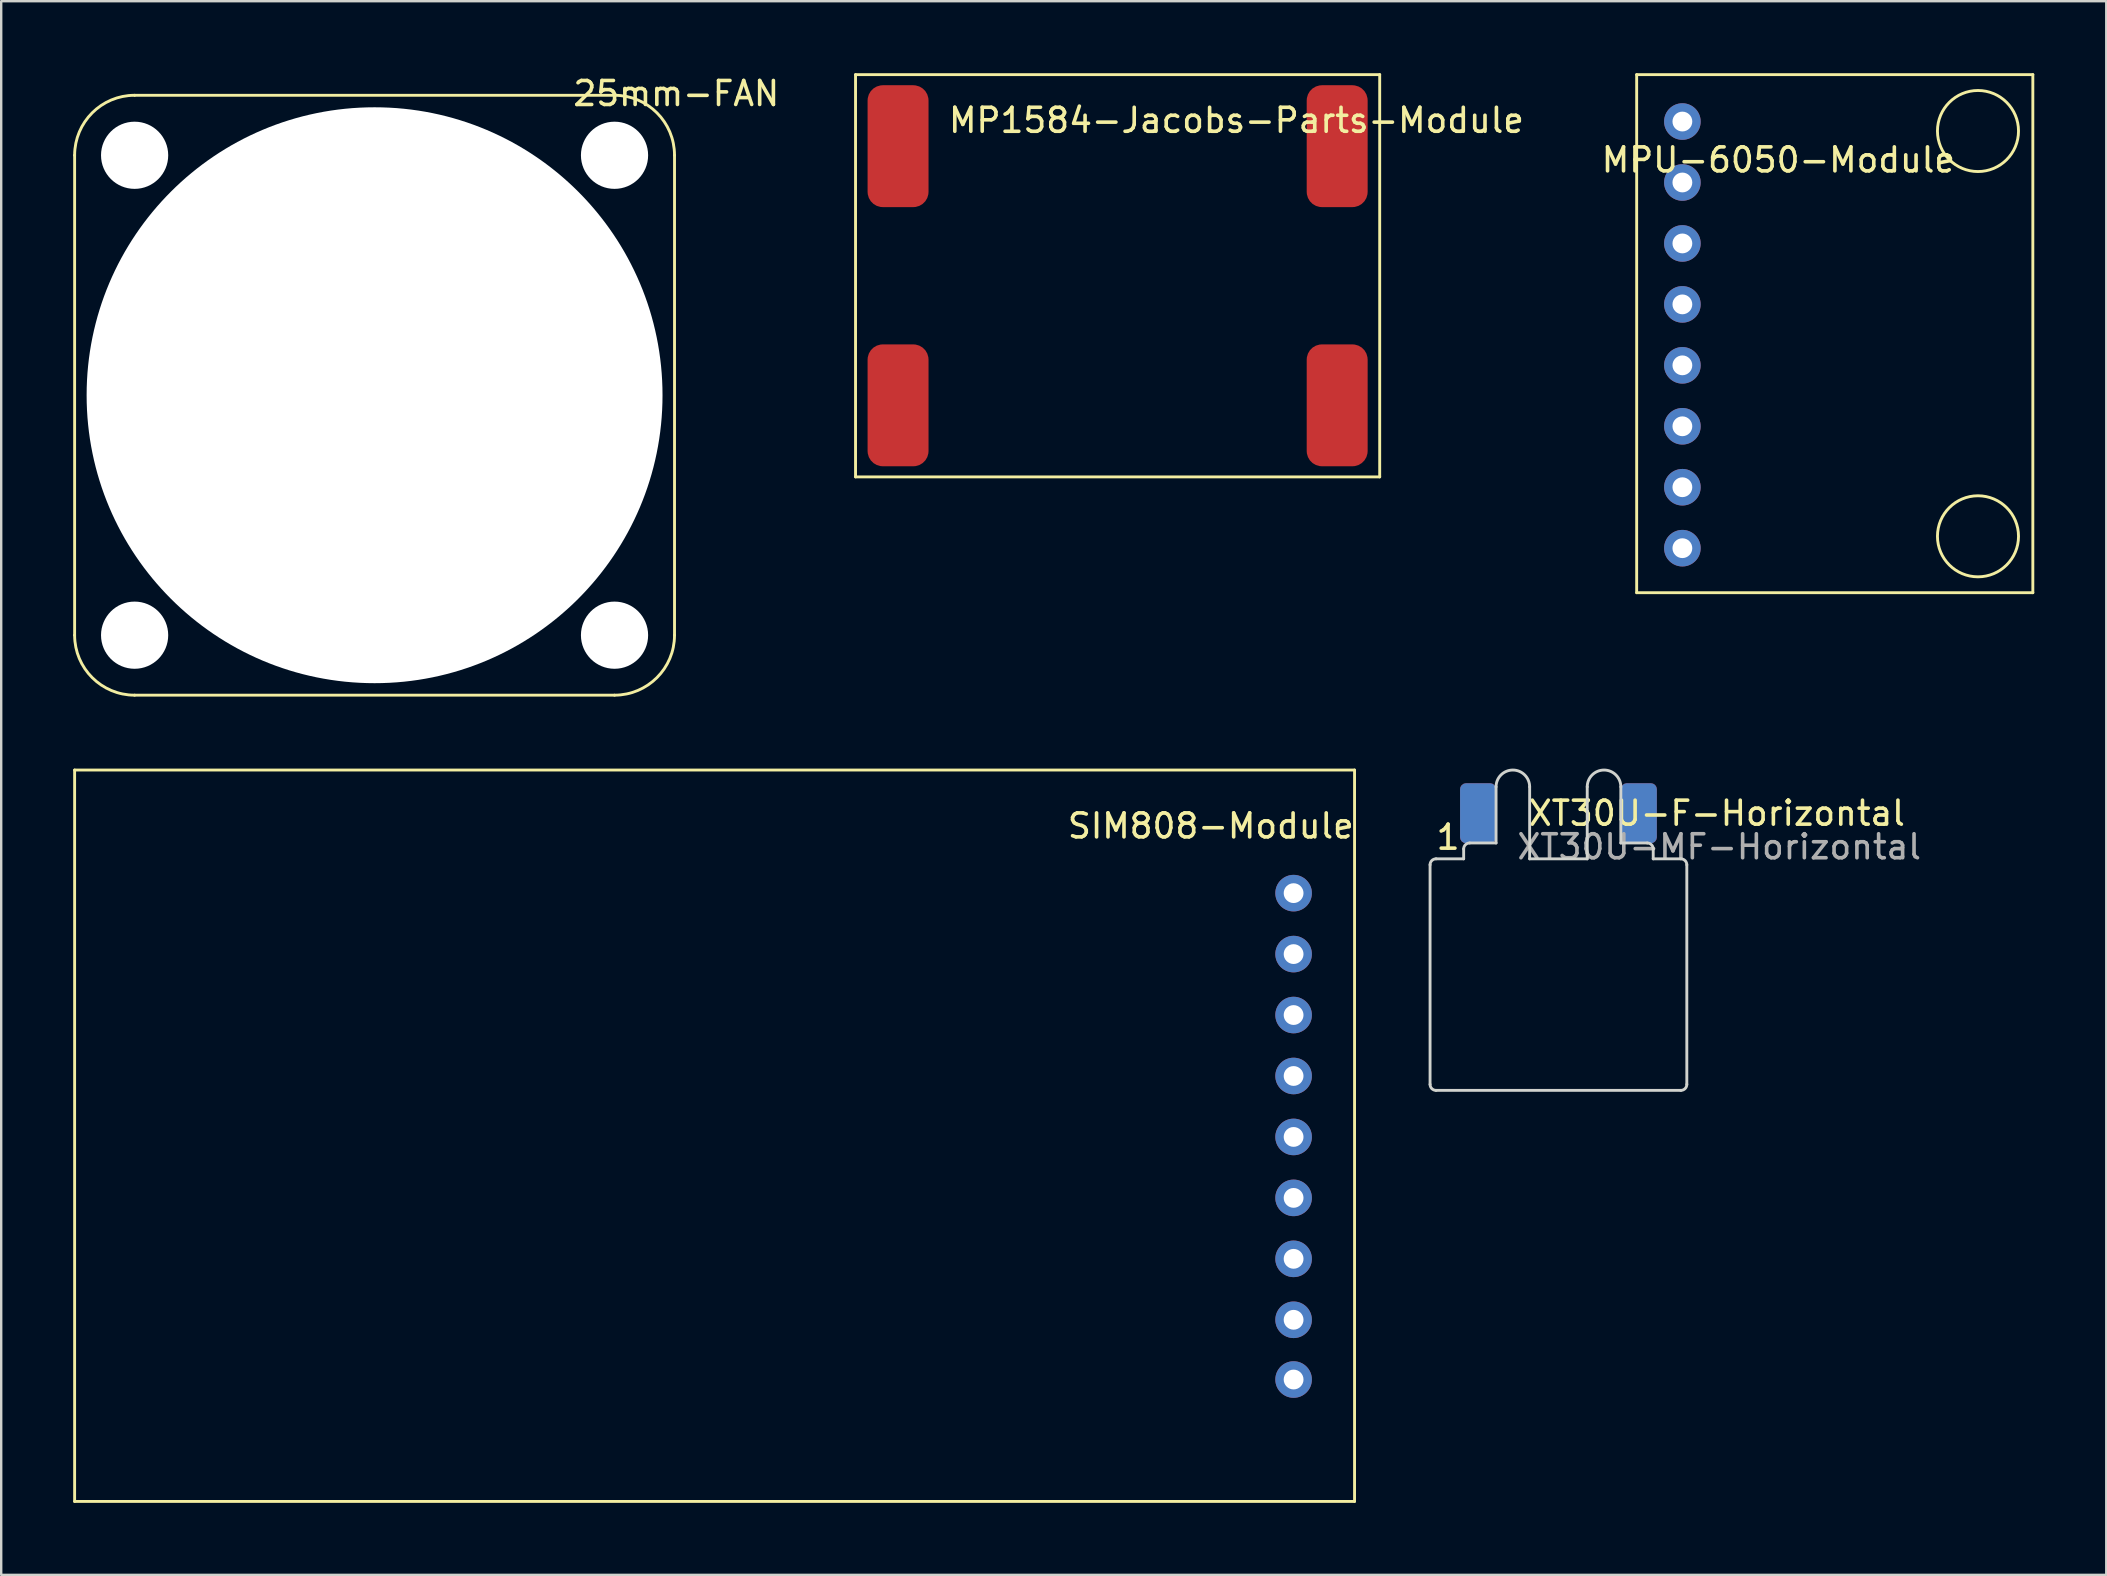
<source format=kicad_pcb>
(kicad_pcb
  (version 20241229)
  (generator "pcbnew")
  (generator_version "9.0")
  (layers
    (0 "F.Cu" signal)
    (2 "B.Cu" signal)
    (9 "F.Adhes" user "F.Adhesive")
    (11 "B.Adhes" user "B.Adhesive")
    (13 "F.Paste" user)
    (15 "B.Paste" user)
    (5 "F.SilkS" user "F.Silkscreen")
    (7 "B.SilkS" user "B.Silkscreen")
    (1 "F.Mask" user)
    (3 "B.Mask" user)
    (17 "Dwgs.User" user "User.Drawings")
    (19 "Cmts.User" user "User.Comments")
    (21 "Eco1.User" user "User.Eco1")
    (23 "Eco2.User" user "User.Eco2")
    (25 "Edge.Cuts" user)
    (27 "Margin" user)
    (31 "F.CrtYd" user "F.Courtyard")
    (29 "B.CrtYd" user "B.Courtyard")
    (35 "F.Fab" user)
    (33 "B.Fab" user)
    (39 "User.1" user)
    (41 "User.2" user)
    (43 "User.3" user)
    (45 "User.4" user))
  (footprint "MP1584-Jacobs-Parts-Module"
    (layer "F.Cu")
    (at 43.526 8.442)
    (property "Reference" "MP1584-Jacobs-Parts-Module" (at 4.953 -6.477 0) (layer "F.SilkS") (effects (font (size 1 1) (thickness 0.15))))
    (attr through_hole)
    (fp_line (start -10.922 -8.382) (end -10.922 8.382) (stroke (width 0.12) (type solid)) (layer "F.SilkS"))
    (fp_line (start -10.922 -8.382) (end 10.922 -8.382) (stroke (width 0.12) (type solid)) (layer "F.SilkS"))
    (fp_line (start 10.922 8.382) (end -10.922 8.382) (stroke (width 0.12) (type solid)) (layer "F.SilkS"))
    (fp_line (start 10.922 8.382) (end 10.922 -8.382) (stroke (width 0.12) (type solid)) (layer "F.SilkS"))
    (pad "1" smd roundrect (at -9.15 -5.4) (size 2.54 5.08) (layers "F.Cu" "F.Mask" "F.Paste") (roundrect_rratio 0.25))
    (pad "2" smd roundrect (at -9.15 5.4) (size 2.54 5.08) (layers "F.Cu" "F.Mask" "F.Paste") (roundrect_rratio 0.25))
    (pad "3" smd roundrect (at 9.15 5.4) (size 2.54 5.08) (layers "F.Cu" "F.Mask" "F.Paste") (roundrect_rratio 0.25))
    (pad "4" smd roundrect (at 9.15 -5.4) (size 2.54 5.08) (layers "F.Cu" "F.Mask" "F.Paste") (roundrect_rratio 0.25)))
  (footprint "MPU-6050-Module"
    (layer "F.Cu")
    (at 67.062 1.965)
    (property "Reference" "MPU-6050-Module" (at 4 1.65 0) (layer "F.SilkS") (effects (font (size 1 1) (thickness 0.15))))
    (attr through_hole)
    (fp_line (start -1.905 -1.905) (end -1.905 19.685) (stroke (width 0.12) (type solid)) (layer "F.SilkS"))
    (fp_line (start -1.905 -1.905) (end 14.605 -1.905) (stroke (width 0.12) (type solid)) (layer "F.SilkS"))
    (fp_line (start -1.905 19.685) (end 14.605 19.685) (stroke (width 0.12) (type solid)) (layer "F.SilkS"))
    (fp_line (start 14.605 -1.905) (end 14.605 19.685) (stroke (width 0.12) (type solid)) (layer "F.SilkS"))
    (fp_circle (center 12.319 0.445) (end 14.008 0.445) (stroke (width 0.12) (type solid)) (fill no) (layer "F.SilkS"))
    (fp_circle (center 12.319 17.335) (end 14.008 17.335) (stroke (width 0.12) (type solid)) (fill no) (layer "F.SilkS"))
    (pad "1" thru_hole circle (at 0 0.05) (size 1.524 1.524) (drill 0.825) (layers "*.Cu" "*.Mask"))
    (pad "2" thru_hole circle (at 0 2.59) (size 1.524 1.524) (drill 0.825) (layers "*.Cu" "*.Mask"))
    (pad "3" thru_hole circle (at 0 5.13) (size 1.524 1.524) (drill 0.825) (layers "*.Cu" "*.Mask"))
    (pad "4" thru_hole circle (at 0 7.67) (size 1.524 1.524) (drill 0.825) (layers "*.Cu" "*.Mask"))
    (pad "5" thru_hole circle (at 0 10.21) (size 1.524 1.524) (drill 0.825) (layers "*.Cu" "*.Mask"))
    (pad "6" thru_hole circle (at 0 12.75) (size 1.524 1.524) (drill 0.825) (layers "*.Cu" "*.Mask"))
    (pad "7" thru_hole circle (at 0 15.29) (size 1.524 1.524) (drill 0.825) (layers "*.Cu" "*.Mask"))
    (pad "8" thru_hole circle (at 0 17.83) (size 1.524 1.524) (drill 0.825) (layers "*.Cu" "*.Mask")))
  (footprint "25mm-FAN"
    (layer "F.Cu")
    (at 12.56 13.421)
    (property "Reference" "25mm-FAN" (at 12.573 -12.573 0) (layer "F.SilkS") (effects (font (size 1 1) (thickness 0.15))))
    (attr through_hole)
    (fp_line (start -12.5 10) (end -12.5 -10) (stroke (width 0.12) (type solid)) (layer "F.SilkS"))
    (fp_line (start -10 -12.5) (end 10 -12.5) (stroke (width 0.12) (type solid)) (layer "F.SilkS"))
    (fp_line (start 10 12.5) (end -10 12.5) (stroke (width 0.12) (type solid)) (layer "F.SilkS"))
    (fp_line (start 12.5 -10) (end 12.5 10) (stroke (width 0.12) (type solid)) (layer "F.SilkS"))
    (fp_arc (start -12.5 -10) (mid -11.767767 -11.767767) (end -10 -12.5) (stroke (width 0.12) (type solid)) (layer "F.SilkS"))
    (fp_arc (start -10 12.5) (mid -11.767767 11.767767) (end -12.5 10) (stroke (width 0.12) (type solid)) (layer "F.SilkS"))
    (fp_arc (start 10 -12.5) (mid 11.767767 -11.767767) (end 12.5 -10) (stroke (width 0.12) (type solid)) (layer "F.SilkS"))
    (fp_arc (start 12.5 10) (mid 11.767767 11.767767) (end 10 12.5) (stroke (width 0.12) (type solid)) (layer "F.SilkS"))
    (pad "" np_thru_hole circle (at -10 -10) (size 2.8 2.8) (drill 2.8) (layers "*.Cu" "*.Mask"))
    (pad "" np_thru_hole circle (at -10 10) (size 2.8 2.8) (drill 2.8) (layers "*.Cu" "*.Mask"))
    (pad "" np_thru_hole circle (at 0 0 90) (size 24 24) (drill 24) (layers "*.Cu" "*.Mask"))
    (pad "" np_thru_hole circle (at 10 -10) (size 2.8 2.8) (drill 2.8) (layers "*.Cu" "*.Mask"))
    (pad "" np_thru_hole circle (at 10 10) (size 2.8 2.8) (drill 2.8) (layers "*.Cu" "*.Mask")))
  (footprint "SIM808-Module"
    (layer "F.Cu")
    (at 50.86 34.121)
    (property "Reference" "SIM808-Module" (at -3.45 -2.75 0) (layer "F.SilkS") (effects (font (size 1 1) (thickness 0.15))))
    (attr through_hole)
    (fp_line (start -50.8 -5.08) (end -50.8 25.4) (stroke (width 0.12) (type solid)) (layer "F.SilkS"))
    (fp_line (start -50.8 25.4) (end 2.54 25.4) (stroke (width 0.12) (type solid)) (layer "F.SilkS"))
    (fp_line (start 2.54 -5.08) (end -50.8 -5.08) (stroke (width 0.12) (type solid)) (layer "F.SilkS"))
    (fp_line (start 2.54 -5.08) (end 2.54 25.4) (stroke (width 0.12) (type solid)) (layer "F.SilkS"))
    (pad "1" thru_hole circle (at 0 0.05) (size 1.524 1.524) (drill 0.825) (layers "*.Cu" "*.Mask"))
    (pad "2" thru_hole circle (at 0 2.59) (size 1.524 1.524) (drill 0.825) (layers "*.Cu" "*.Mask"))
    (pad "3" thru_hole circle (at 0 5.13) (size 1.524 1.524) (drill 0.825) (layers "*.Cu" "*.Mask"))
    (pad "4" thru_hole circle (at 0 7.67) (size 1.524 1.524) (drill 0.825) (layers "*.Cu" "*.Mask"))
    (pad "5" thru_hole circle (at 0 10.21) (size 1.524 1.524) (drill 0.825) (layers "*.Cu" "*.Mask"))
    (pad "6" thru_hole circle (at 0 12.75) (size 1.524 1.524) (drill 0.825) (layers "*.Cu" "*.Mask"))
    (pad "7" thru_hole circle (at 0 15.29) (size 1.524 1.524) (drill 0.825) (layers "*.Cu" "*.Mask"))
    (pad "8" thru_hole circle (at 0 17.83) (size 1.524 1.524) (drill 0.825) (layers "*.Cu" "*.Mask"))
    (pad "9" thru_hole circle (at 0 20.32) (size 1.524 1.524) (drill 0.825) (layers "*.Cu" "*.Mask")))
  (footprint "XT30U-F-Horizontal"
    (layer "F.Cu")
    (at 61.897 32.741)
    (property "Reference" "XT30U-F-Horizontal" (at 6.6 -1.9 0) (layer "F.SilkS") (effects (font (size 1 1) (thickness 0.15))))
    (attr through_hole)
    (fp_line (start -5.35 9.4) (end -5.35 0.25) (stroke (width 0.12) (type solid)) (layer "Edge.Cuts"))
    (fp_line (start -5.1 0) (end -3.95 0) (stroke (width 0.12) (type solid)) (layer "Edge.Cuts"))
    (fp_line (start -5.1 9.65) (end 5.1 9.65) (stroke (width 0.12) (type solid)) (layer "Edge.Cuts"))
    (fp_line (start -3.95 0) (end -3.95 -0.41) (stroke (width 0.12) (type solid)) (layer "Edge.Cuts"))
    (fp_line (start -3.7 -0.66) (end -2.6 -0.66) (stroke (width 0.12) (type solid)) (layer "Edge.Cuts"))
    (fp_line (start -2.6 -0.66) (end -2.6 -3) (stroke (width 0.12) (type solid)) (layer "Edge.Cuts"))
    (fp_line (start -1.2 -3) (end -1.2 0) (stroke (width 0.12) (type solid)) (layer "Edge.Cuts"))
    (fp_line (start -1.2 0) (end 1.2 0) (stroke (width 0.12) (type solid)) (layer "Edge.Cuts"))
    (fp_line (start 1.2 -3) (end 1.2 0) (stroke (width 0.12) (type solid)) (layer "Edge.Cuts"))
    (fp_line (start 2.6 -0.66) (end 2.6 -3) (stroke (width 0.12) (type solid)) (layer "Edge.Cuts"))
    (fp_line (start 3.7 -0.66) (end 2.6 -0.66) (stroke (width 0.12) (type solid)) (layer "Edge.Cuts"))
    (fp_line (start 3.95 0) (end 3.95 -0.41) (stroke (width 0.12) (type solid)) (layer "Edge.Cuts"))
    (fp_line (start 3.95 0) (end 5.1 0) (stroke (width 0.12) (type solid)) (layer "Edge.Cuts"))
    (fp_line (start 5.35 0.25) (end 5.35 9.4) (stroke (width 0.12) (type solid)) (layer "Edge.Cuts"))
    (fp_arc (start -5.35 0.25) (mid -5.276777 0.073223) (end -5.1 0) (stroke (width 0.12) (type solid)) (layer "Edge.Cuts"))
    (fp_arc (start -5.1 9.65) (mid -5.276777 9.576777) (end -5.35 9.4) (stroke (width 0.12) (type solid)) (layer "Edge.Cuts"))
    (fp_arc (start -3.95 -0.41) (mid -3.876777 -0.586777) (end -3.7 -0.66) (stroke (width 0.12) (type solid)) (layer "Edge.Cuts"))
    (fp_arc (start -2.6 -3) (mid -1.9 -3.7) (end -1.2 -3) (stroke (width 0.12) (type solid)) (layer "Edge.Cuts"))
    (fp_arc (start 1.2 -3) (mid 1.9 -3.7) (end 2.6 -3) (stroke (width 0.12) (type solid)) (layer "Edge.Cuts"))
    (fp_arc (start 3.7 -0.66) (mid 3.876777 -0.586777) (end 3.95 -0.41) (stroke (width 0.12) (type solid)) (layer "Edge.Cuts"))
    (fp_arc (start 5.1 0) (mid 5.276777 0.073223) (end 5.35 0.25) (stroke (width 0.12) (type solid)) (layer "Edge.Cuts"))
    (fp_arc (start 5.35 9.4) (mid 5.276777 9.576777) (end 5.1 9.65) (stroke (width 0.12) (type solid)) (layer "Edge.Cuts"))
    (fp_text user "1" (at -4.6 -0.9 0) (layer "F.SilkS") (effects (font (size 1 1) (thickness 0.15))))
    (fp_text user "XT30U-MF-Horizontal" (at 6.7 -0.5 0) (layer "F.Fab") (effects (font (size 1 1) (thickness 0.15))))
    (pad "1" smd roundrect (at -3.35 -1.9) (size 1.5 2.5) (layers "F.Cu" "F.Mask" "F.Paste") (roundrect_rratio 0.167))
    (pad "1" smd roundrect (at -3.35 -1.9 180) (size 1.5 2.5) (layers "B.Cu" "B.Mask" "B.Paste") (roundrect_rratio 0.167))
    (pad "2" smd roundrect (at 3.35 -1.9) (size 1.5 2.5) (layers "F.Cu" "F.Mask" "F.Paste") (roundrect_rratio 0.167))
    (pad "2" smd roundrect (at 3.35 -1.9) (size 1.5 2.5) (layers "B.Cu" "B.Mask" "B.Paste") (roundrect_rratio 0.167)))
  (gr_rect
    (start -3 -3)
    (end 84.727 62.581)
    (stroke (width 0.1) (type default))
    (fill no)
    (layer "Edge.Cuts")))
</source>
